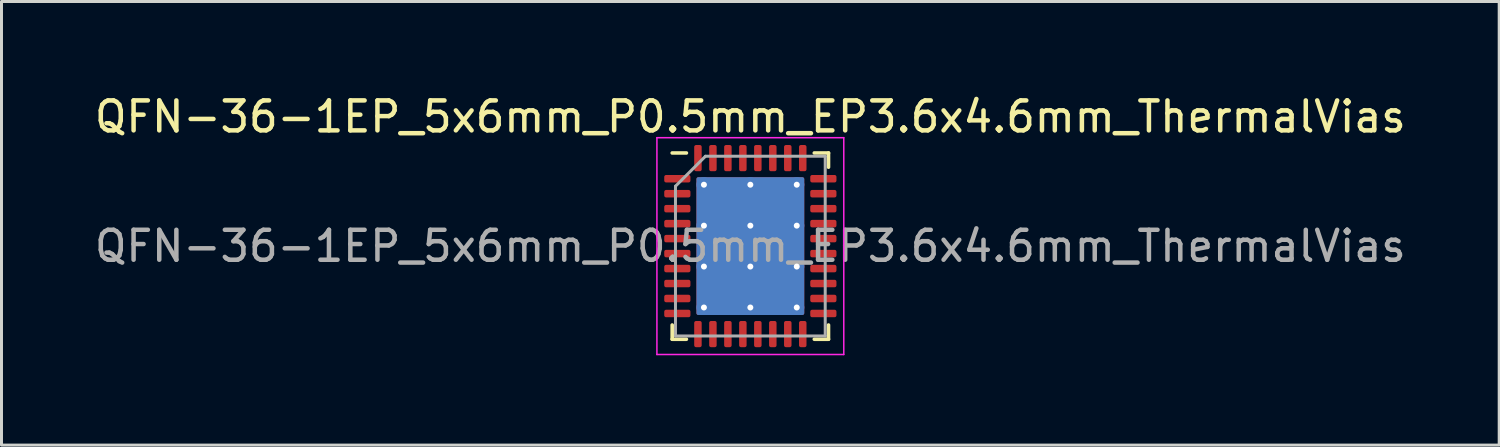
<source format=kicad_pcb>
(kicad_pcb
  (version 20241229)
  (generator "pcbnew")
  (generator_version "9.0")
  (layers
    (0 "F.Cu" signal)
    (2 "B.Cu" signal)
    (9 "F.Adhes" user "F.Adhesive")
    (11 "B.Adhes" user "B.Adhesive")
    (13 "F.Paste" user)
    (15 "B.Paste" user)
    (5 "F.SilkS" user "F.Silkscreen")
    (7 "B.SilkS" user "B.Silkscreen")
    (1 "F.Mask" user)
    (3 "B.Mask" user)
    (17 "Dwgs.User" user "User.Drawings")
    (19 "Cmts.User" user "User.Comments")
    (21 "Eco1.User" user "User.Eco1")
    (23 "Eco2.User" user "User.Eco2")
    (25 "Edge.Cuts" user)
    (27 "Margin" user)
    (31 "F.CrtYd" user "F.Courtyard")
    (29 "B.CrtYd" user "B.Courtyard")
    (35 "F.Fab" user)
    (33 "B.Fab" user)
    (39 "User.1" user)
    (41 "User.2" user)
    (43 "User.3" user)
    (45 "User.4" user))
  (footprint "QFN-36-1EP_5x6mm_P0.5mm_EP3.6x4.6mm_ThermalVias"
    (layer "F.Cu")
    (at 22.006 5.168)
    (property "Reference" "QFN-36-1EP_5x6mm_P0.5mm_EP3.6x4.6mm_ThermalVias" (at 0 -4.32 0) (layer "F.SilkS") (effects (font (size 1 1) (thickness 0.15))))
    (attr smd)
    (fp_line (start -2.61 3.11) (end -2.61 2.635) (stroke (width 0.12) (type solid)) (layer "F.SilkS"))
    (fp_line (start -2.135 -3.11) (end -2.61 -3.11) (stroke (width 0.12) (type solid)) (layer "F.SilkS"))
    (fp_line (start -2.135 3.11) (end -2.61 3.11) (stroke (width 0.12) (type solid)) (layer "F.SilkS"))
    (fp_line (start 2.135 -3.11) (end 2.61 -3.11) (stroke (width 0.12) (type solid)) (layer "F.SilkS"))
    (fp_line (start 2.135 3.11) (end 2.61 3.11) (stroke (width 0.12) (type solid)) (layer "F.SilkS"))
    (fp_line (start 2.61 -3.11) (end 2.61 -2.635) (stroke (width 0.12) (type solid)) (layer "F.SilkS"))
    (fp_line (start 2.61 3.11) (end 2.61 2.635) (stroke (width 0.12) (type solid)) (layer "F.SilkS"))
    (fp_line (start -3.12 -3.62) (end -3.12 3.62) (stroke (width 0.05) (type solid)) (layer "F.CrtYd"))
    (fp_line (start -3.12 3.62) (end 3.12 3.62) (stroke (width 0.05) (type solid)) (layer "F.CrtYd"))
    (fp_line (start 3.12 -3.62) (end -3.12 -3.62) (stroke (width 0.05) (type solid)) (layer "F.CrtYd"))
    (fp_line (start 3.12 3.62) (end 3.12 -3.62) (stroke (width 0.05) (type solid)) (layer "F.CrtYd"))
    (fp_line (start -2.5 -2) (end -1.5 -3) (stroke (width 0.1) (type solid)) (layer "F.Fab"))
    (fp_line (start -2.5 3) (end -2.5 -2) (stroke (width 0.1) (type solid)) (layer "F.Fab"))
    (fp_line (start -1.5 -3) (end 2.5 -3) (stroke (width 0.1) (type solid)) (layer "F.Fab"))
    (fp_line (start 2.5 -3) (end 2.5 3) (stroke (width 0.1) (type solid)) (layer "F.Fab"))
    (fp_line (start 2.5 3) (end -2.5 3) (stroke (width 0.1) (type solid)) (layer "F.Fab"))
    (fp_text user "${REFERENCE}" (at 0 0 0) (layer "F.Fab") (effects (font (size 1 1) (thickness 0.15))))
    (pad "" smd roundrect (at -0.775 -1.367) (size 1.394 1.188) (layers "F.Paste") (roundrect_rratio 0.21))
    (pad "" smd roundrect (at -0.775 0) (size 1.394 1.188) (layers "F.Paste") (roundrect_rratio 0.21))
    (pad "" smd roundrect (at -0.775 1.367) (size 1.394 1.188) (layers "F.Paste") (roundrect_rratio 0.21))
    (pad "" smd roundrect (at 0.775 -1.367) (size 1.394 1.188) (layers "F.Paste") (roundrect_rratio 0.21))
    (pad "" smd roundrect (at 0.775 0) (size 1.394 1.188) (layers "F.Paste") (roundrect_rratio 0.21))
    (pad "" smd roundrect (at 0.775 1.367) (size 1.394 1.188) (layers "F.Paste") (roundrect_rratio 0.21))
    (pad "1" smd roundrect (at -2.438 -2.25) (size 0.875 0.25) (layers "F.Cu" "F.Mask" "F.Paste") (roundrect_rratio 0.25))
    (pad "2" smd roundrect (at -2.438 -1.75) (size 0.875 0.25) (layers "F.Cu" "F.Mask" "F.Paste") (roundrect_rratio 0.25))
    (pad "3" smd roundrect (at -2.438 -1.25) (size 0.875 0.25) (layers "F.Cu" "F.Mask" "F.Paste") (roundrect_rratio 0.25))
    (pad "4" smd roundrect (at -2.438 -0.75) (size 0.875 0.25) (layers "F.Cu" "F.Mask" "F.Paste") (roundrect_rratio 0.25))
    (pad "5" smd roundrect (at -2.438 -0.25) (size 0.875 0.25) (layers "F.Cu" "F.Mask" "F.Paste") (roundrect_rratio 0.25))
    (pad "6" smd roundrect (at -2.438 0.25) (size 0.875 0.25) (layers "F.Cu" "F.Mask" "F.Paste") (roundrect_rratio 0.25))
    (pad "7" smd roundrect (at -2.438 0.75) (size 0.875 0.25) (layers "F.Cu" "F.Mask" "F.Paste") (roundrect_rratio 0.25))
    (pad "8" smd roundrect (at -2.438 1.25) (size 0.875 0.25) (layers "F.Cu" "F.Mask" "F.Paste") (roundrect_rratio 0.25))
    (pad "9" smd roundrect (at -2.438 1.75) (size 0.875 0.25) (layers "F.Cu" "F.Mask" "F.Paste") (roundrect_rratio 0.25))
    (pad "10" smd roundrect (at -2.438 2.25) (size 0.875 0.25) (layers "F.Cu" "F.Mask" "F.Paste") (roundrect_rratio 0.25))
    (pad "11" smd roundrect (at -1.75 2.938) (size 0.25 0.875) (layers "F.Cu" "F.Mask" "F.Paste") (roundrect_rratio 0.25))
    (pad "12" smd roundrect (at -1.25 2.938) (size 0.25 0.875) (layers "F.Cu" "F.Mask" "F.Paste") (roundrect_rratio 0.25))
    (pad "13" smd roundrect (at -0.75 2.938) (size 0.25 0.875) (layers "F.Cu" "F.Mask" "F.Paste") (roundrect_rratio 0.25))
    (pad "14" smd roundrect (at -0.25 2.938) (size 0.25 0.875) (layers "F.Cu" "F.Mask" "F.Paste") (roundrect_rratio 0.25))
    (pad "15" smd roundrect (at 0.25 2.938) (size 0.25 0.875) (layers "F.Cu" "F.Mask" "F.Paste") (roundrect_rratio 0.25))
    (pad "16" smd roundrect (at 0.75 2.938) (size 0.25 0.875) (layers "F.Cu" "F.Mask" "F.Paste") (roundrect_rratio 0.25))
    (pad "17" smd roundrect (at 1.25 2.938) (size 0.25 0.875) (layers "F.Cu" "F.Mask" "F.Paste") (roundrect_rratio 0.25))
    (pad "18" smd roundrect (at 1.75 2.938) (size 0.25 0.875) (layers "F.Cu" "F.Mask" "F.Paste") (roundrect_rratio 0.25))
    (pad "19" smd roundrect (at 2.438 2.25) (size 0.875 0.25) (layers "F.Cu" "F.Mask" "F.Paste") (roundrect_rratio 0.25))
    (pad "20" smd roundrect (at 2.438 1.75) (size 0.875 0.25) (layers "F.Cu" "F.Mask" "F.Paste") (roundrect_rratio 0.25))
    (pad "21" smd roundrect (at 2.438 1.25) (size 0.875 0.25) (layers "F.Cu" "F.Mask" "F.Paste") (roundrect_rratio 0.25))
    (pad "22" smd roundrect (at 2.438 0.75) (size 0.875 0.25) (layers "F.Cu" "F.Mask" "F.Paste") (roundrect_rratio 0.25))
    (pad "23" smd roundrect (at 2.438 0.25) (size 0.875 0.25) (layers "F.Cu" "F.Mask" "F.Paste") (roundrect_rratio 0.25))
    (pad "24" smd roundrect (at 2.438 -0.25) (size 0.875 0.25) (layers "F.Cu" "F.Mask" "F.Paste") (roundrect_rratio 0.25))
    (pad "25" smd roundrect (at 2.438 -0.75) (size 0.875 0.25) (layers "F.Cu" "F.Mask" "F.Paste") (roundrect_rratio 0.25))
    (pad "26" smd roundrect (at 2.438 -1.25) (size 0.875 0.25) (layers "F.Cu" "F.Mask" "F.Paste") (roundrect_rratio 0.25))
    (pad "27" smd roundrect (at 2.438 -1.75) (size 0.875 0.25) (layers "F.Cu" "F.Mask" "F.Paste") (roundrect_rratio 0.25))
    (pad "28" smd roundrect (at 2.438 -2.25) (size 0.875 0.25) (layers "F.Cu" "F.Mask" "F.Paste") (roundrect_rratio 0.25))
    (pad "29" smd roundrect (at 1.75 -2.938) (size 0.25 0.875) (layers "F.Cu" "F.Mask" "F.Paste") (roundrect_rratio 0.25))
    (pad "30" smd roundrect (at 1.25 -2.938) (size 0.25 0.875) (layers "F.Cu" "F.Mask" "F.Paste") (roundrect_rratio 0.25))
    (pad "31" smd roundrect (at 0.75 -2.938) (size 0.25 0.875) (layers "F.Cu" "F.Mask" "F.Paste") (roundrect_rratio 0.25))
    (pad "32" smd roundrect (at 0.25 -2.938) (size 0.25 0.875) (layers "F.Cu" "F.Mask" "F.Paste") (roundrect_rratio 0.25))
    (pad "33" smd roundrect (at -0.25 -2.938) (size 0.25 0.875) (layers "F.Cu" "F.Mask" "F.Paste") (roundrect_rratio 0.25))
    (pad "34" smd roundrect (at -0.75 -2.938) (size 0.25 0.875) (layers "F.Cu" "F.Mask" "F.Paste") (roundrect_rratio 0.25))
    (pad "35" smd roundrect (at -1.25 -2.938) (size 0.25 0.875) (layers "F.Cu" "F.Mask" "F.Paste") (roundrect_rratio 0.25))
    (pad "36" smd roundrect (at -1.75 -2.938) (size 0.25 0.875) (layers "F.Cu" "F.Mask" "F.Paste") (roundrect_rratio 0.25))
    (pad "37" thru_hole circle (at -1.55 -2.05) (size 0.5 0.5) (drill 0.2) (layers "*.Cu"))
    (pad "37" thru_hole circle (at -1.55 -0.683) (size 0.5 0.5) (drill 0.2) (layers "*.Cu"))
    (pad "37" thru_hole circle (at -1.55 0.683) (size 0.5 0.5) (drill 0.2) (layers "*.Cu"))
    (pad "37" thru_hole circle (at -1.55 2.05) (size 0.5 0.5) (drill 0.2) (layers "*.Cu"))
    (pad "37" thru_hole circle (at 0 -2.05) (size 0.5 0.5) (drill 0.2) (layers "*.Cu"))
    (pad "37" thru_hole circle (at 0 -0.683) (size 0.5 0.5) (drill 0.2) (layers "*.Cu"))
    (pad "37" smd roundrect (at 0 0) (size 3.6 4.6) (layers "F.Cu" "F.Mask") (roundrect_rratio 0.017))
    (pad "37" smd roundrect (at 0 0) (size 3.6 4.6) (layers "B.Cu") (roundrect_rratio 0.017))
    (pad "37" thru_hole circle (at 0 0.683) (size 0.5 0.5) (drill 0.2) (layers "*.Cu"))
    (pad "37" thru_hole circle (at 0 2.05) (size 0.5 0.5) (drill 0.2) (layers "*.Cu"))
    (pad "37" thru_hole circle (at 1.55 -2.05) (size 0.5 0.5) (drill 0.2) (layers "*.Cu"))
    (pad "37" thru_hole circle (at 1.55 -0.683) (size 0.5 0.5) (drill 0.2) (layers "*.Cu"))
    (pad "37" thru_hole circle (at 1.55 0.683) (size 0.5 0.5) (drill 0.2) (layers "*.Cu"))
    (pad "37" thru_hole circle (at 1.55 2.05) (size 0.5 0.5) (drill 0.2) (layers "*.Cu")))
  (gr_rect
    (start -3 -3)
    (end 47.012 11.813)
    (stroke (width 0.1) (type default))
    (fill no)
    (layer "Edge.Cuts")))
</source>
